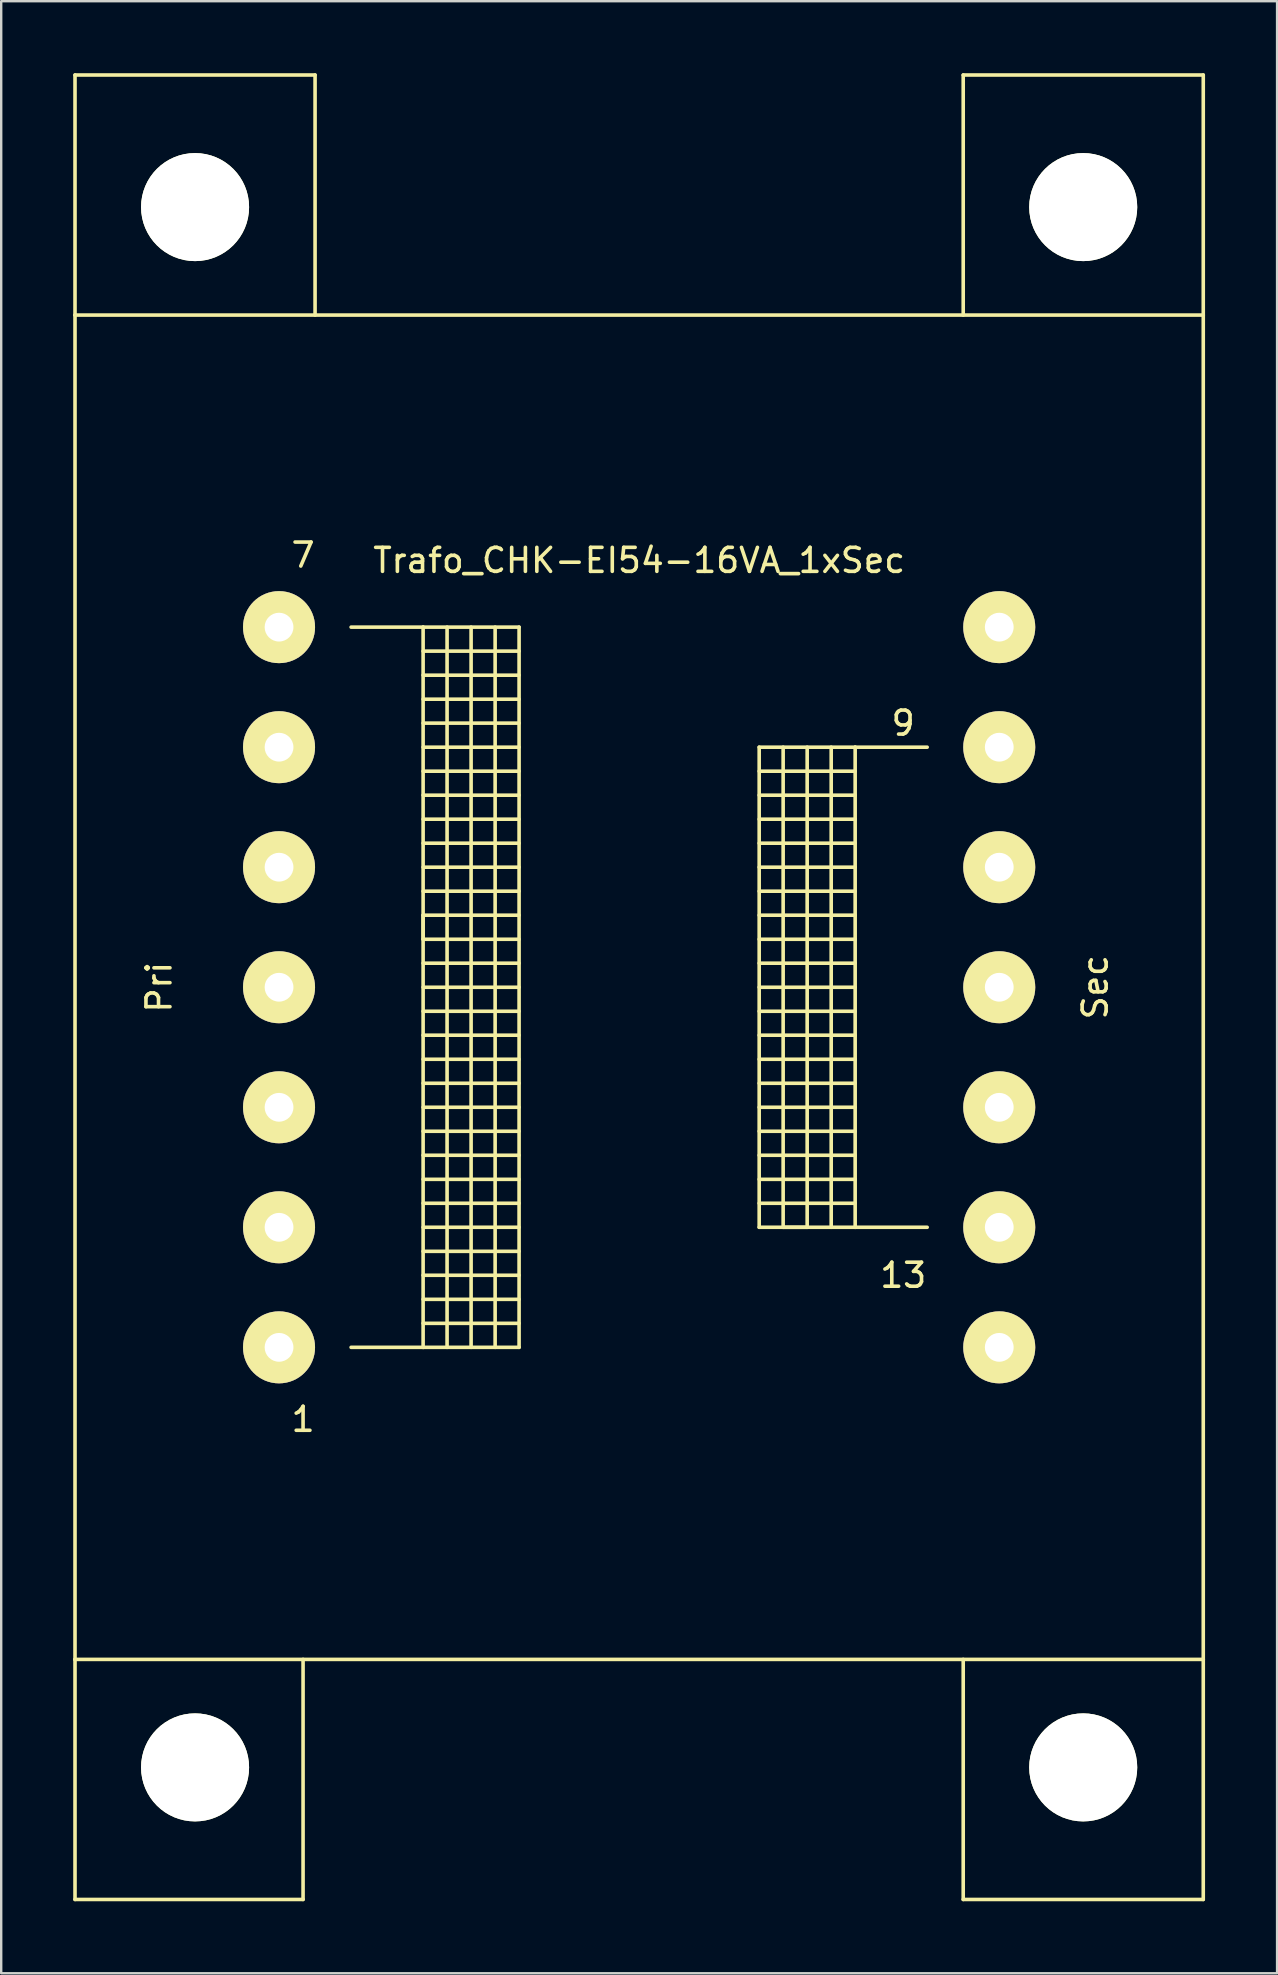
<source format=kicad_pcb>
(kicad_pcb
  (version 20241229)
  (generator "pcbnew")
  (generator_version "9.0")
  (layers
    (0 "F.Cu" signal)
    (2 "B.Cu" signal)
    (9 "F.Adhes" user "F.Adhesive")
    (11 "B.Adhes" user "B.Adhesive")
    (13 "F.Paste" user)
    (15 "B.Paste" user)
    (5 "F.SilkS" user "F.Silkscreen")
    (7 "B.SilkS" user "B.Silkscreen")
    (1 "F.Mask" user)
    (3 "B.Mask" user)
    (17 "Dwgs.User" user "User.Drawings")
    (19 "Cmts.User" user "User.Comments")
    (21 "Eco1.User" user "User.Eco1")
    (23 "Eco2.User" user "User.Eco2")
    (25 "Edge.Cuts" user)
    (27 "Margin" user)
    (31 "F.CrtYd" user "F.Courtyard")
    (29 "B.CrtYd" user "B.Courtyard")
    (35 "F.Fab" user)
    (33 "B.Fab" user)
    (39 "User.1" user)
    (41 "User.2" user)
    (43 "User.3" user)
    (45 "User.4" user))
  (footprint "Trafo_CHK-EI54-16VA_1xSec"
    (layer "F.Cu")
    (at 23.575 38.076)
    (property "Reference" "Trafo_CHK-EI54-16VA_1xSec" (at 0 -17.78 0) (layer "F.SilkS") (effects (font (size 1 1) (thickness 0.15))))
    (attr through_hole)
    (fp_line (start -23.5 -38.001) (end -13.5 -38.001) (stroke (width 0.15) (type solid)) (layer "F.SilkS"))
    (fp_line (start -23.5 -28.001) (end -23.5 -38.001) (stroke (width 0.15) (type solid)) (layer "F.SilkS"))
    (fp_line (start -23.5 -28.001) (end -23.5 28.001) (stroke (width 0.15) (type solid)) (layer "F.SilkS"))
    (fp_line (start -23.5 28.001) (end -23.5 38.001) (stroke (width 0.15) (type solid)) (layer "F.SilkS"))
    (fp_line (start -23.5 28.001) (end 23.5 28.001) (stroke (width 0.15) (type solid)) (layer "F.SilkS"))
    (fp_line (start -23.5 38.001) (end -14 38.001) (stroke (width 0.15) (type solid)) (layer "F.SilkS"))
    (fp_line (start -14 38.001) (end -14 28.001) (stroke (width 0.15) (type solid)) (layer "F.SilkS"))
    (fp_line (start -13.5 -38.001) (end -13.5 -28.001) (stroke (width 0.15) (type solid)) (layer "F.SilkS"))
    (fp_line (start -11.999 -15.001) (end -8.999 -15.001) (stroke (width 0.15) (type solid)) (layer "F.SilkS"))
    (fp_line (start -8.999 -15.001) (end -8.999 15.001) (stroke (width 0.15) (type solid)) (layer "F.SilkS"))
    (fp_line (start -8.999 -15.001) (end -5.001 -15.001) (stroke (width 0.15) (type solid)) (layer "F.SilkS"))
    (fp_line (start -8.999 -14) (end -5.001 -14) (stroke (width 0.15) (type solid)) (layer "F.SilkS"))
    (fp_line (start -8.999 -11.999) (end -5.001 -11.999) (stroke (width 0.15) (type solid)) (layer "F.SilkS"))
    (fp_line (start -8.999 -10) (end -5.001 -10) (stroke (width 0.15) (type solid)) (layer "F.SilkS"))
    (fp_line (start -8.999 -8.001) (end -5.001 -8.001) (stroke (width 0.15) (type solid)) (layer "F.SilkS"))
    (fp_line (start -8.999 -5.999) (end -5.001 -5.999) (stroke (width 0.15) (type solid)) (layer "F.SilkS"))
    (fp_line (start -8.999 -4) (end -5.001 -4) (stroke (width 0.15) (type solid)) (layer "F.SilkS"))
    (fp_line (start -8.999 -3) (end -8.999 -1.999) (stroke (width 0.15) (type solid)) (layer "F.SilkS"))
    (fp_line (start -8.999 -1.999) (end -5.001 -1.999) (stroke (width 0.15) (type solid)) (layer "F.SilkS"))
    (fp_line (start -8.999 0) (end -5.001 0) (stroke (width 0.15) (type solid)) (layer "F.SilkS"))
    (fp_line (start -8.999 1.999) (end -5.001 1.999) (stroke (width 0.15) (type solid)) (layer "F.SilkS"))
    (fp_line (start -8.999 4) (end -5.001 4) (stroke (width 0.15) (type solid)) (layer "F.SilkS"))
    (fp_line (start -8.999 5.999) (end -5.001 5.999) (stroke (width 0.15) (type solid)) (layer "F.SilkS"))
    (fp_line (start -8.999 8.001) (end -5.001 8.001) (stroke (width 0.15) (type solid)) (layer "F.SilkS"))
    (fp_line (start -8.999 10) (end -5.001 10) (stroke (width 0.15) (type solid)) (layer "F.SilkS"))
    (fp_line (start -8.999 11.999) (end -5.001 11.999) (stroke (width 0.15) (type solid)) (layer "F.SilkS"))
    (fp_line (start -8.999 14) (end -5.001 14) (stroke (width 0.15) (type solid)) (layer "F.SilkS"))
    (fp_line (start -8.999 15.001) (end -11.999 15.001) (stroke (width 0.15) (type solid)) (layer "F.SilkS"))
    (fp_line (start -8.001 15.001) (end -8.001 -15.001) (stroke (width 0.15) (type solid)) (layer "F.SilkS"))
    (fp_line (start -7 -15.001) (end -7 15.001) (stroke (width 0.15) (type solid)) (layer "F.SilkS"))
    (fp_line (start -5.999 15.001) (end -5.999 -15.001) (stroke (width 0.15) (type solid)) (layer "F.SilkS"))
    (fp_line (start -5.001 -15.001) (end -5.001 15.001) (stroke (width 0.15) (type solid)) (layer "F.SilkS"))
    (fp_line (start -5.001 -13) (end -8.999 -13) (stroke (width 0.15) (type solid)) (layer "F.SilkS"))
    (fp_line (start -5.001 -11.001) (end -8.999 -11.001) (stroke (width 0.15) (type solid)) (layer "F.SilkS"))
    (fp_line (start -5.001 -8.999) (end -8.999 -8.999) (stroke (width 0.15) (type solid)) (layer "F.SilkS"))
    (fp_line (start -5.001 -7) (end -8.999 -7) (stroke (width 0.15) (type solid)) (layer "F.SilkS"))
    (fp_line (start -5.001 -5.001) (end -8.999 -5.001) (stroke (width 0.15) (type solid)) (layer "F.SilkS"))
    (fp_line (start -5.001 -3) (end -8.999 -3) (stroke (width 0.15) (type solid)) (layer "F.SilkS"))
    (fp_line (start -5.001 -1.001) (end -8.999 -1.001) (stroke (width 0.15) (type solid)) (layer "F.SilkS"))
    (fp_line (start -5.001 1.001) (end -8.999 1.001) (stroke (width 0.15) (type solid)) (layer "F.SilkS"))
    (fp_line (start -5.001 3) (end -8.999 3) (stroke (width 0.15) (type solid)) (layer "F.SilkS"))
    (fp_line (start -5.001 5.001) (end -8.999 5.001) (stroke (width 0.15) (type solid)) (layer "F.SilkS"))
    (fp_line (start -5.001 7) (end -8.999 7) (stroke (width 0.15) (type solid)) (layer "F.SilkS"))
    (fp_line (start -5.001 8.999) (end -8.999 8.999) (stroke (width 0.15) (type solid)) (layer "F.SilkS"))
    (fp_line (start -5.001 11.001) (end -8.999 11.001) (stroke (width 0.15) (type solid)) (layer "F.SilkS"))
    (fp_line (start -5.001 13) (end -8.999 13) (stroke (width 0.15) (type solid)) (layer "F.SilkS"))
    (fp_line (start -5.001 15.001) (end -8.999 15.001) (stroke (width 0.15) (type solid)) (layer "F.SilkS"))
    (fp_line (start 5.001 -10) (end 5.001 10) (stroke (width 0.15) (type solid)) (layer "F.SilkS"))
    (fp_line (start 5.001 -8.999) (end 8.999 -8.999) (stroke (width 0.15) (type solid)) (layer "F.SilkS"))
    (fp_line (start 5.001 -7) (end 8.999 -7) (stroke (width 0.15) (type solid)) (layer "F.SilkS"))
    (fp_line (start 5.001 -5.001) (end 8.999 -5.001) (stroke (width 0.15) (type solid)) (layer "F.SilkS"))
    (fp_line (start 5.001 -3) (end 8.999 -3) (stroke (width 0.15) (type solid)) (layer "F.SilkS"))
    (fp_line (start 5.001 -1.001) (end 8.999 -1.001) (stroke (width 0.15) (type solid)) (layer "F.SilkS"))
    (fp_line (start 5.001 1.001) (end 8.999 1.001) (stroke (width 0.15) (type solid)) (layer "F.SilkS"))
    (fp_line (start 5.001 3) (end 8.999 3) (stroke (width 0.15) (type solid)) (layer "F.SilkS"))
    (fp_line (start 5.001 5.001) (end 8.999 5.001) (stroke (width 0.15) (type solid)) (layer "F.SilkS"))
    (fp_line (start 5.001 7) (end 8.999 7) (stroke (width 0.15) (type solid)) (layer "F.SilkS"))
    (fp_line (start 5.001 8.999) (end 8.999 8.999) (stroke (width 0.15) (type solid)) (layer "F.SilkS"))
    (fp_line (start 5.001 10) (end 8.999 10) (stroke (width 0.15) (type solid)) (layer "F.SilkS"))
    (fp_line (start 5.999 10) (end 5.999 -10) (stroke (width 0.15) (type solid)) (layer "F.SilkS"))
    (fp_line (start 7 -10) (end 7 10) (stroke (width 0.15) (type solid)) (layer "F.SilkS"))
    (fp_line (start 7 10) (end 5.999 10) (stroke (width 0.15) (type solid)) (layer "F.SilkS"))
    (fp_line (start 8.001 10) (end 8.001 -10) (stroke (width 0.15) (type solid)) (layer "F.SilkS"))
    (fp_line (start 8.999 -10) (end 5.001 -10) (stroke (width 0.15) (type solid)) (layer "F.SilkS"))
    (fp_line (start 8.999 -10) (end 8.999 10) (stroke (width 0.15) (type solid)) (layer "F.SilkS"))
    (fp_line (start 8.999 -8.001) (end 5.001 -8.001) (stroke (width 0.15) (type solid)) (layer "F.SilkS"))
    (fp_line (start 8.999 -5.999) (end 5.001 -5.999) (stroke (width 0.15) (type solid)) (layer "F.SilkS"))
    (fp_line (start 8.999 -4) (end 5.001 -4) (stroke (width 0.15) (type solid)) (layer "F.SilkS"))
    (fp_line (start 8.999 -1.999) (end 5.001 -1.999) (stroke (width 0.15) (type solid)) (layer "F.SilkS"))
    (fp_line (start 8.999 0) (end 5.001 0) (stroke (width 0.15) (type solid)) (layer "F.SilkS"))
    (fp_line (start 8.999 1.999) (end 5.001 1.999) (stroke (width 0.15) (type solid)) (layer "F.SilkS"))
    (fp_line (start 8.999 4) (end 5.001 4) (stroke (width 0.15) (type solid)) (layer "F.SilkS"))
    (fp_line (start 8.999 5.999) (end 5.001 5.999) (stroke (width 0.15) (type solid)) (layer "F.SilkS"))
    (fp_line (start 8.999 8.001) (end 5.001 8.001) (stroke (width 0.15) (type solid)) (layer "F.SilkS"))
    (fp_line (start 8.999 10) (end 11.999 10) (stroke (width 0.15) (type solid)) (layer "F.SilkS"))
    (fp_line (start 11.999 -10) (end 8.999 -10) (stroke (width 0.15) (type solid)) (layer "F.SilkS"))
    (fp_line (start 13.5 -38.001) (end 13.5 -28.001) (stroke (width 0.15) (type solid)) (layer "F.SilkS"))
    (fp_line (start 13.5 38.001) (end 13.5 28.001) (stroke (width 0.15) (type solid)) (layer "F.SilkS"))
    (fp_line (start 23.5 -38.001) (end 13.5 -38.001) (stroke (width 0.15) (type solid)) (layer "F.SilkS"))
    (fp_line (start 23.5 -28.001) (end -23.5 -28.001) (stroke (width 0.15) (type solid)) (layer "F.SilkS"))
    (fp_line (start 23.5 -28.001) (end 23.5 -38.001) (stroke (width 0.15) (type solid)) (layer "F.SilkS"))
    (fp_line (start 23.5 28.001) (end 23.5 -28.001) (stroke (width 0.15) (type solid)) (layer "F.SilkS"))
    (fp_line (start 23.5 28.001) (end 23.5 38.001) (stroke (width 0.15) (type solid)) (layer "F.SilkS"))
    (fp_line (start 23.5 38.001) (end 13.5 38.001) (stroke (width 0.15) (type solid)) (layer "F.SilkS"))
    (fp_text user "13" (at 11.001 11.999 0) (layer "F.SilkS") (effects (font (size 1 1) (thickness 0.15))))
    (fp_text user "Pri" (at -20 0 90) (layer "F.SilkS") (effects (font (size 1 1) (thickness 0.15))))
    (fp_text user "Sec" (at 18.999 0 90) (layer "F.SilkS") (effects (font (size 1 1) (thickness 0.15))))
    (fp_text user "7" (at -14 -18.001 0) (layer "F.SilkS") (effects (font (size 1 1) (thickness 0.15))))
    (fp_text user "1" (at -14 18.001 0) (layer "F.SilkS") (effects (font (size 1 1) (thickness 0.15))))
    (fp_text user "9" (at 10.998 -11.001 0) (layer "F.SilkS") (effects (font (size 1 1) (thickness 0.15))))
    (pad "" np_thru_hole circle (at -18.499 -32.499) (size 4.501 4.501) (drill 4.501) (layers "*.Cu" "*.Mask" "F.SilkS"))
    (pad "" np_thru_hole circle (at -18.499 32.499) (size 4.501 4.501) (drill 4.501) (layers "*.Cu" "*.Mask" "F.SilkS"))
    (pad "" np_thru_hole circle (at 18.499 -32.499) (size 4.501 4.501) (drill 4.501) (layers "*.Cu" "*.Mask" "F.SilkS"))
    (pad "" np_thru_hole circle (at 18.499 32.499) (size 4.501 4.501) (drill 4.501) (layers "*.Cu" "*.Mask" "F.SilkS"))
    (pad "1" thru_hole circle (at -15.001 15.001) (size 3 3) (drill 1.199) (layers "*.Cu" "*.Mask" "F.SilkS"))
    (pad "2" thru_hole circle (at -15.001 10) (size 3 3) (drill 1.199) (layers "*.Cu" "*.Mask" "F.SilkS"))
    (pad "3" thru_hole circle (at -15.001 5.001) (size 3 3) (drill 1.199) (layers "*.Cu" "*.Mask" "F.SilkS"))
    (pad "4" thru_hole circle (at -15.001 0) (size 3 3) (drill 1.199) (layers "*.Cu" "*.Mask" "F.SilkS"))
    (pad "5" thru_hole circle (at -15.001 -5.001) (size 3 3) (drill 1.199) (layers "*.Cu" "*.Mask" "F.SilkS"))
    (pad "6" thru_hole circle (at -15.001 -10) (size 3 3) (drill 1.199) (layers "*.Cu" "*.Mask" "F.SilkS"))
    (pad "7" thru_hole circle (at -15.001 -15.001) (size 3 3) (drill 1.199) (layers "*.Cu" "*.Mask" "F.SilkS"))
    (pad "8" thru_hole circle (at 15.001 -15.001) (size 3 3) (drill 1.199) (layers "*.Cu" "*.Mask" "F.SilkS"))
    (pad "9" thru_hole circle (at 15.001 -10) (size 3 3) (drill 1.199) (layers "*.Cu" "*.Mask" "F.SilkS"))
    (pad "10" thru_hole circle (at 15.001 -5.001) (size 3 3) (drill 1.199) (layers "*.Cu" "*.Mask" "F.SilkS"))
    (pad "11" thru_hole circle (at 15.001 0) (size 3 3) (drill 1.199) (layers "*.Cu" "*.Mask" "F.SilkS"))
    (pad "12" thru_hole circle (at 15.001 5.001) (size 3 3) (drill 1.199) (layers "*.Cu" "*.Mask" "F.SilkS"))
    (pad "13" thru_hole circle (at 15.001 10) (size 3 3) (drill 1.199) (layers "*.Cu" "*.Mask" "F.SilkS"))
    (pad "14" thru_hole circle (at 15.001 15.001) (size 3 3) (drill 1.199) (layers "*.Cu" "*.Mask" "F.SilkS")))
  (gr_rect
    (start -3 -3)
    (end 50.15 79.152)
    (stroke (width 0.1) (type default))
    (fill no)
    (layer "Edge.Cuts")))
</source>
